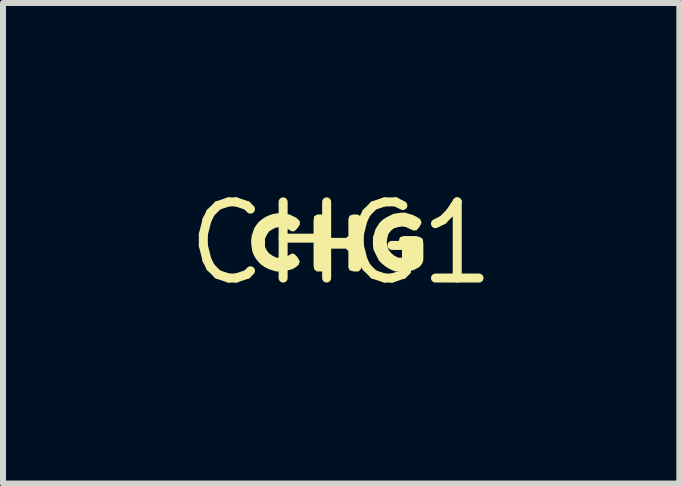
<source format=kicad_pcb>
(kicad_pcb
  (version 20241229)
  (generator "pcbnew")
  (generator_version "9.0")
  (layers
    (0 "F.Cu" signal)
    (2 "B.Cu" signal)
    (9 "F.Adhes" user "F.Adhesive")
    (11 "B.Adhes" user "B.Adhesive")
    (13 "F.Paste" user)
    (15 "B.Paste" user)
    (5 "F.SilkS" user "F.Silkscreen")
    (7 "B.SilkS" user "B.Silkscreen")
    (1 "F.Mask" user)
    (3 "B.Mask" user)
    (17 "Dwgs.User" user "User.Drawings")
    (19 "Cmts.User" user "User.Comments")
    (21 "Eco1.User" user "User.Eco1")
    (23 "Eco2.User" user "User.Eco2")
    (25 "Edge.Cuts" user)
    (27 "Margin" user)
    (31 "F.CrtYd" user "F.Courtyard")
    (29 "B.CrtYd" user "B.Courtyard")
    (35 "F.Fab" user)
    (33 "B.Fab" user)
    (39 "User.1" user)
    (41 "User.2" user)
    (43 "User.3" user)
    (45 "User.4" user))
  (footprint "CHG1"
    (layer "F.Cu")
    (at 2.638 1.006)
    (property "Reference" "CHG1" (at 0 0 0) (layer "F.SilkS") (effects (font (size 1.27 1.27) (thickness 0.15))))
    (attr through_hole)
    (fp_poly (pts (xy 0.14 -0.46) (xy 0.12 -0.4) (xy 0.12 -0.12) (xy 0.08 -0.09) (xy -0.2 -0.09) (xy -0.23 -0.13) (xy -0.23 -0.33) (xy -0.23 -0.4) (xy -0.25 -0.46) (xy -0.32 -0.48) (xy -0.4 -0.48) (xy -0.45 -0.45) (xy -0.46 -0.38) (xy -0.46 0.37) (xy -0.45 0.43) (xy -0.41 0.47) (xy -0.32 0.47) (xy -0.26 0.45) (xy -0.23 0.4) (xy -0.23 0.33) (xy -0.23 0.13) (xy -0.19 0.09) (xy 0.08 0.09) (xy 0.12 0.13) (xy 0.12 0.33) (xy 0.12 0.4) (xy 0.14 0.45) (xy 0.21 0.47) (xy 0.29 0.47) (xy 0.33 0.43) (xy 0.35 0.37) (xy 0.34 -0.39) (xy 0.33 -0.45) (xy 0.27 -0.48) (xy 0.2 -0.48)) (stroke (width 0) (type solid)) (fill yes) (layer "F.SilkS"))
    (fp_poly (pts (xy -0.89 0.21) (xy -0.95 0.24) (xy -1.02 0.24) (xy -1.08 0.24) (xy -1.14 0.21) (xy -1.2 0.17) (xy -1.24 0.12) (xy -1.27 0.06) (xy -1.27 -0.01) (xy -1.27 -0.08) (xy -1.24 -0.14) (xy -1.2 -0.2) (xy -1.15 -0.23) (xy -1.09 -0.26) (xy -1.02 -0.27) (xy -0.95 -0.26) (xy -0.89 -0.24) (xy -0.83 -0.2) (xy -0.78 -0.2) (xy -0.73 -0.25) (xy -0.69 -0.31) (xy -0.69 -0.37) (xy -0.74 -0.42) (xy -0.8 -0.45) (xy -0.86 -0.48) (xy -0.93 -0.49) (xy -1 -0.5) (xy -1.06 -0.5) (xy -1.13 -0.49) (xy -1.19 -0.47) (xy -1.26 -0.44) (xy -1.32 -0.4) (xy -1.37 -0.36) (xy -1.41 -0.31) (xy -1.45 -0.25) (xy -1.47 -0.19) (xy -1.49 -0.13) (xy -1.5 -0.06) (xy -1.5 0.01) (xy -1.49 0.08) (xy -1.48 0.14) (xy -1.45 0.21) (xy -1.42 0.26) (xy -1.38 0.31) (xy -1.33 0.36) (xy -1.27 0.4) (xy -1.21 0.43) (xy -1.15 0.45) (xy -1.08 0.47) (xy -1.02 0.47) (xy -0.95 0.47) (xy -0.88 0.45) (xy -0.81 0.43) (xy -0.76 0.4) (xy -0.71 0.36) (xy -0.69 0.3) (xy -0.73 0.23) (xy -0.78 0.18) (xy -0.82 0.17)) (stroke (width 0) (type solid)) (fill yes) (layer "F.SilkS"))
    (fp_poly (pts (xy 1.04 -0.12) (xy 0.98 -0.1) (xy 0.96 -0.04) (xy 0.96 0.03) (xy 1 0.07) (xy 1.14 0.08) (xy 1.14 0.21) (xy 1.08 0.24) (xy 1.01 0.24) (xy 0.95 0.24) (xy 0.89 0.21) (xy 0.83 0.16) (xy 0.79 0.11) (xy 0.77 0.05) (xy 0.76 -0.02) (xy 0.77 -0.09) (xy 0.79 -0.16) (xy 0.83 -0.21) (xy 0.88 -0.25) (xy 0.95 -0.27) (xy 1.02 -0.28) (xy 1.08 -0.27) (xy 1.21 -0.21) (xy 1.26 -0.22) (xy 1.31 -0.28) (xy 1.34 -0.34) (xy 1.32 -0.4) (xy 1.26 -0.44) (xy 1.2 -0.47) (xy 1.13 -0.49) (xy 1.07 -0.51) (xy 1 -0.51) (xy 0.93 -0.5) (xy 0.87 -0.49) (xy 0.81 -0.46) (xy 0.75 -0.43) (xy 0.69 -0.39) (xy 0.64 -0.34) (xy 0.6 -0.28) (xy 0.57 -0.23) (xy 0.55 -0.16) (xy 0.53 -0.1) (xy 0.53 -0.03) (xy 0.53 0.04) (xy 0.54 0.11) (xy 0.57 0.17) (xy 0.6 0.23) (xy 0.63 0.29) (xy 0.68 0.34) (xy 0.73 0.38) (xy 0.79 0.42) (xy 0.85 0.45) (xy 0.91 0.47) (xy 0.98 0.47) (xy 1.06 0.47) (xy 1.13 0.46) (xy 1.2 0.45) (xy 1.26 0.42) (xy 1.31 0.39) (xy 1.35 0.34) (xy 1.37 0.28) (xy 1.37 0) (xy 1.36 -0.07) (xy 1.32 -0.1) (xy 1.25 -0.12)) (stroke (width 0) (type solid)) (fill yes) (layer "F.SilkS")))
  (gr_rect
    (start -3 -3)
    (end 8.276 5.012)
    (stroke (width 0.1) (type default))
    (fill no)
    (layer "Edge.Cuts")))
</source>
